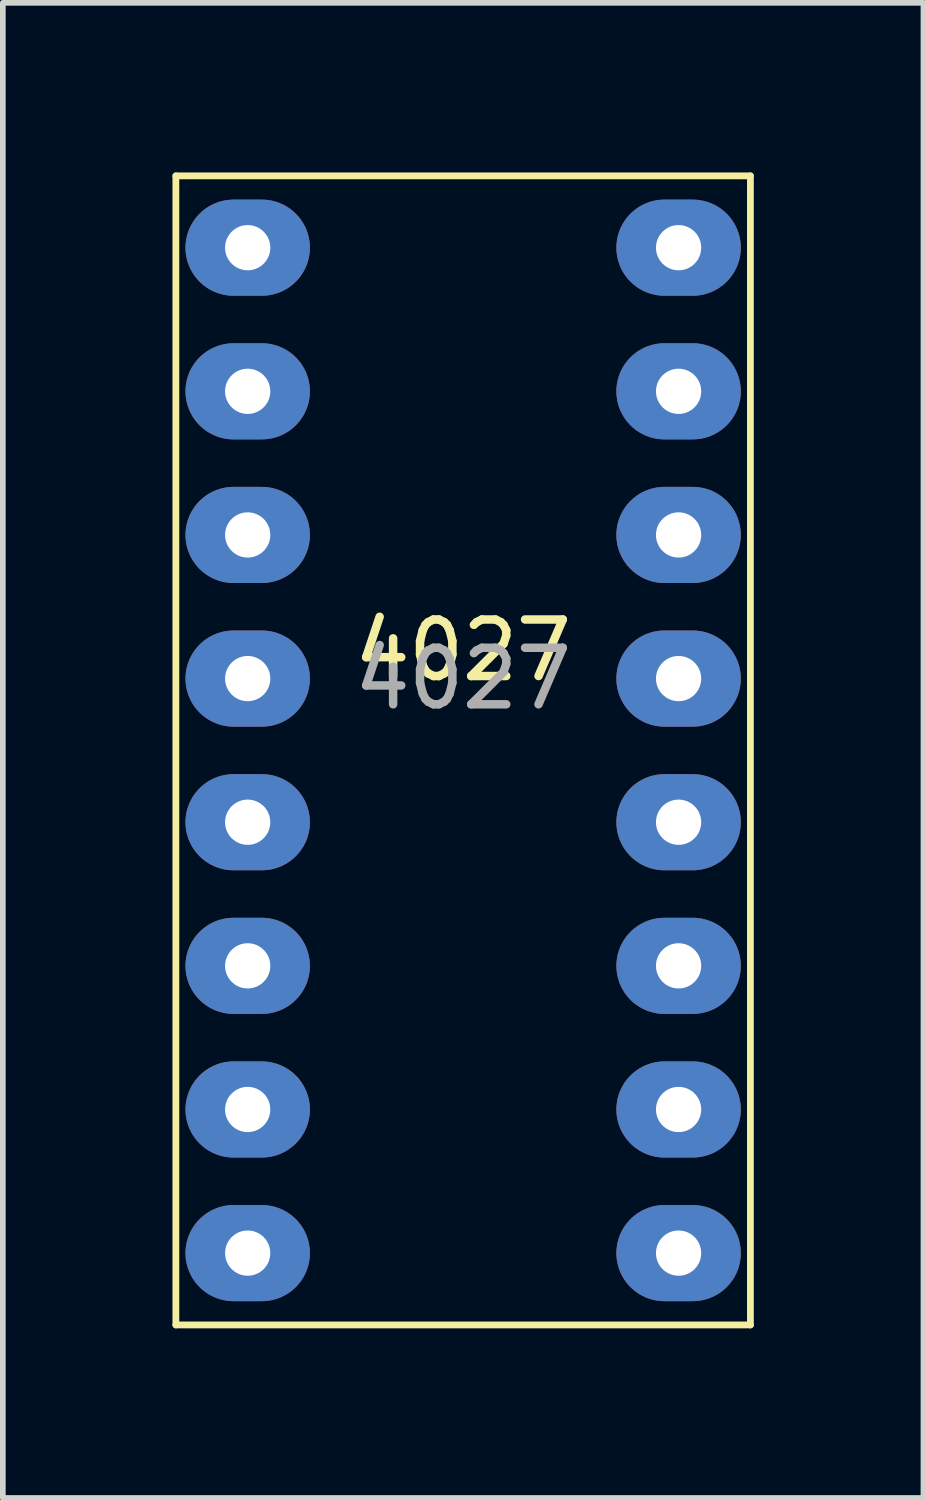
<source format=kicad_pcb>
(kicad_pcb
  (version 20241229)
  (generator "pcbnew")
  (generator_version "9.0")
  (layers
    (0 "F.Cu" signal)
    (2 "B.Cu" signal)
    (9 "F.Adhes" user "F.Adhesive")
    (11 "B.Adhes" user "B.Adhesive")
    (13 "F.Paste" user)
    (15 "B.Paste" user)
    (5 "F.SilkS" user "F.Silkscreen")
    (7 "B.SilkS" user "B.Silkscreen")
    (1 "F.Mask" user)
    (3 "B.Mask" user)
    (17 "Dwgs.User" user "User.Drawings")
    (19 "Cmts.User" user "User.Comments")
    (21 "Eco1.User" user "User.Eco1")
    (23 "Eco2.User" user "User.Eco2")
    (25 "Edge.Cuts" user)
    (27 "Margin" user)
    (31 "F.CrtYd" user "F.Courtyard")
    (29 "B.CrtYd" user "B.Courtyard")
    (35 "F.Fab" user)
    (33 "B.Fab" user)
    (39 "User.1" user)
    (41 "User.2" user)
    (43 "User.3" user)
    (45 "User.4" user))
  (footprint "4027"
    (layer "F.Cu")
    (at 5.14 8.95)
    (property "Reference" "4027" (at 0 -0.5 0) (unlocked yes) (layer "F.SilkS") (effects (font (size 1 1) (thickness 0.15))))
    (attr through_hole)
    (fp_line (start -5.08 -8.89) (end 5.08 -8.89) (stroke (width 0.12) (type solid)) (layer "F.SilkS"))
    (fp_line (start -5.08 11.43) (end -5.08 -8.89) (stroke (width 0.12) (type solid)) (layer "F.SilkS"))
    (fp_line (start 5.08 -8.89) (end 5.08 11.43) (stroke (width 0.12) (type solid)) (layer "F.SilkS"))
    (fp_line (start 5.08 11.43) (end -5.08 11.43) (stroke (width 0.12) (type solid)) (layer "F.SilkS"))
    (fp_text user "${REFERENCE}" (at 0 0 0) (unlocked yes) (layer "F.Fab") (effects (font (size 1 1) (thickness 0.15))))
    (pad "1" thru_hole oval (at -3.81 -7.62) (size 2.2 1.7) (drill 0.8) (layers "*.Cu" "*.Mask"))
    (pad "2" thru_hole oval (at -3.81 -5.08) (size 2.2 1.7) (drill 0.8) (layers "*.Cu" "*.Mask"))
    (pad "3" thru_hole oval (at -3.81 -2.54) (size 2.2 1.7) (drill 0.8) (layers "*.Cu" "*.Mask"))
    (pad "4" thru_hole oval (at -3.81 0) (size 2.2 1.7) (drill 0.8) (layers "*.Cu" "*.Mask"))
    (pad "5" thru_hole oval (at -3.81 2.54) (size 2.2 1.7) (drill 0.8) (layers "*.Cu" "*.Mask"))
    (pad "6" thru_hole oval (at -3.81 5.08) (size 2.2 1.7) (drill 0.8) (layers "*.Cu" "*.Mask"))
    (pad "7" thru_hole oval (at -3.81 7.62) (size 2.2 1.7) (drill 0.8) (layers "*.Cu" "*.Mask"))
    (pad "8" thru_hole oval (at -3.81 10.16) (size 2.2 1.7) (drill 0.8) (layers "*.Cu" "*.Mask"))
    (pad "9" thru_hole oval (at 3.81 10.16) (size 2.2 1.7) (drill 0.8) (layers "*.Cu" "*.Mask"))
    (pad "10" thru_hole oval (at 3.81 7.62) (size 2.2 1.7) (drill 0.8) (layers "*.Cu" "*.Mask"))
    (pad "11" thru_hole oval (at 3.81 5.08) (size 2.2 1.7) (drill 0.8) (layers "*.Cu" "*.Mask"))
    (pad "12" thru_hole oval (at 3.81 2.54) (size 2.2 1.7) (drill 0.8) (layers "*.Cu" "*.Mask"))
    (pad "13" thru_hole oval (at 3.81 0) (size 2.2 1.7) (drill 0.8) (layers "*.Cu" "*.Mask"))
    (pad "14" thru_hole oval (at 3.81 -2.54) (size 2.2 1.7) (drill 0.8) (layers "*.Cu" "*.Mask"))
    (pad "15" thru_hole oval (at 3.81 -5.08) (size 2.2 1.7) (drill 0.8) (layers "*.Cu" "*.Mask"))
    (pad "16" thru_hole oval (at 3.81 -7.62) (size 2.2 1.7) (drill 0.8) (layers "*.Cu" "*.Mask")))
  (gr_rect
    (start -3 -3)
    (end 13.28 23.44)
    (stroke (width 0.1) (type default))
    (fill no)
    (layer "Edge.Cuts")))
</source>
